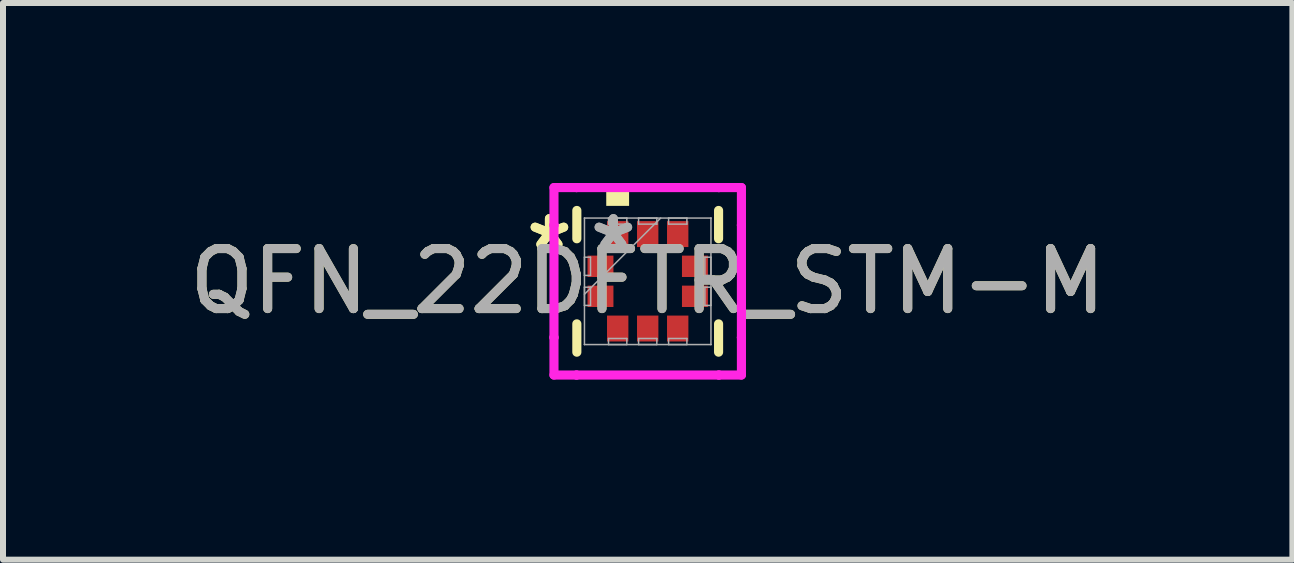
<source format=kicad_pcb>
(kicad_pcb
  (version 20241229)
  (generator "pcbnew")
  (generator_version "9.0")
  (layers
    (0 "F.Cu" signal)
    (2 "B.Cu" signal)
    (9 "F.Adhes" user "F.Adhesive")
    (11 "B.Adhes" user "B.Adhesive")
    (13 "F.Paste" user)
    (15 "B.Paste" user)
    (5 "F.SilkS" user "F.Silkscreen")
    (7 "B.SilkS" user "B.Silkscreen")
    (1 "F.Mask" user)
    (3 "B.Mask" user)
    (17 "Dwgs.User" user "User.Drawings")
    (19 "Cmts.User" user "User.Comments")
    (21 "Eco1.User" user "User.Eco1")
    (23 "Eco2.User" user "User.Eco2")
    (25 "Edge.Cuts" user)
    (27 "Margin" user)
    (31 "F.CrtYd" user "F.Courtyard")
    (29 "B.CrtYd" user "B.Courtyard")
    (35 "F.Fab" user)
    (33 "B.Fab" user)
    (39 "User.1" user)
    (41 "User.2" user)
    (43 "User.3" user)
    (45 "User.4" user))
  (footprint "QFN_22DFTR_STM-M"
    (layer "F.Cu")
    (at 7.744 1.638)
    (property "Reference" "QFN_22DFTR_STM-M" (at 0 0 0) (unlocked yes) (layer "F.SilkS") (effects (font (size 1 1) (thickness 0.15))))
    (attr smd)
    (fp_line (start -1.181 -1.181) (end -1.181 -0.709) (stroke (width 0.152) (type solid)) (layer "F.SilkS"))
    (fp_line (start -1.181 0.709) (end -1.181 1.181) (stroke (width 0.152) (type solid)) (layer "F.SilkS"))
    (fp_line (start 1.181 -0.709) (end 1.181 -1.181) (stroke (width 0.152) (type solid)) (layer "F.SilkS"))
    (fp_line (start 1.181 1.181) (end 1.181 0.709) (stroke (width 0.152) (type solid)) (layer "F.SilkS"))
    (fp_poly (pts (xy -0.691 -1.257) (xy -0.691 -1.511) (xy -0.31 -1.511) (xy -0.31 -1.257)) (stroke (width 0) (type solid)) (fill yes) (layer "F.SilkS"))
    (fp_line (start -1.562 -1.562) (end -1.186 -1.562) (stroke (width 0.152) (type solid)) (layer "F.CrtYd"))
    (fp_line (start -1.562 -0.936) (end -1.562 -1.562) (stroke (width 0.152) (type solid)) (layer "F.CrtYd"))
    (fp_line (start -1.562 -0.936) (end -1.562 -0.936) (stroke (width 0.152) (type solid)) (layer "F.CrtYd"))
    (fp_line (start -1.562 0.936) (end -1.562 -0.936) (stroke (width 0.152) (type solid)) (layer "F.CrtYd"))
    (fp_line (start -1.562 0.936) (end -1.562 0.936) (stroke (width 0.152) (type solid)) (layer "F.CrtYd"))
    (fp_line (start -1.562 1.562) (end -1.562 0.936) (stroke (width 0.152) (type solid)) (layer "F.CrtYd"))
    (fp_line (start -1.186 -1.562) (end -1.186 -1.562) (stroke (width 0.152) (type solid)) (layer "F.CrtYd"))
    (fp_line (start -1.186 -1.562) (end 1.186 -1.562) (stroke (width 0.152) (type solid)) (layer "F.CrtYd"))
    (fp_line (start -1.186 1.562) (end -1.562 1.562) (stroke (width 0.152) (type solid)) (layer "F.CrtYd"))
    (fp_line (start -1.186 1.562) (end -1.186 1.562) (stroke (width 0.152) (type solid)) (layer "F.CrtYd"))
    (fp_line (start 1.186 -1.562) (end 1.186 -1.562) (stroke (width 0.152) (type solid)) (layer "F.CrtYd"))
    (fp_line (start 1.186 -1.562) (end 1.562 -1.562) (stroke (width 0.152) (type solid)) (layer "F.CrtYd"))
    (fp_line (start 1.186 1.562) (end -1.186 1.562) (stroke (width 0.152) (type solid)) (layer "F.CrtYd"))
    (fp_line (start 1.186 1.562) (end 1.186 1.562) (stroke (width 0.152) (type solid)) (layer "F.CrtYd"))
    (fp_line (start 1.562 -1.562) (end 1.562 -0.936) (stroke (width 0.152) (type solid)) (layer "F.CrtYd"))
    (fp_line (start 1.562 -0.936) (end 1.562 -0.936) (stroke (width 0.152) (type solid)) (layer "F.CrtYd"))
    (fp_line (start 1.562 -0.936) (end 1.562 0.936) (stroke (width 0.152) (type solid)) (layer "F.CrtYd"))
    (fp_line (start 1.562 0.936) (end 1.562 0.936) (stroke (width 0.152) (type solid)) (layer "F.CrtYd"))
    (fp_line (start 1.562 0.936) (end 1.562 1.562) (stroke (width 0.152) (type solid)) (layer "F.CrtYd"))
    (fp_line (start 1.562 1.562) (end 1.186 1.562) (stroke (width 0.152) (type solid)) (layer "F.CrtYd"))
    (fp_line (start -1.054 -1.054) (end -1.054 -1.054) (stroke (width 0.025) (type solid)) (layer "F.Fab"))
    (fp_line (start -1.054 -1.054) (end -1.054 1.054) (stroke (width 0.025) (type solid)) (layer "F.Fab"))
    (fp_line (start -1.054 -0.402) (end -0.953 -0.402) (stroke (width 0.025) (type solid)) (layer "F.Fab"))
    (fp_line (start -1.054 -0.098) (end -1.054 -0.402) (stroke (width 0.025) (type solid)) (layer "F.Fab"))
    (fp_line (start -1.054 0.098) (end -0.953 0.098) (stroke (width 0.025) (type solid)) (layer "F.Fab"))
    (fp_line (start -1.054 0.216) (end 0.216 -1.054) (stroke (width 0.025) (type solid)) (layer "F.Fab"))
    (fp_line (start -1.054 0.402) (end -1.054 0.098) (stroke (width 0.025) (type solid)) (layer "F.Fab"))
    (fp_line (start -1.054 1.054) (end -1.054 1.054) (stroke (width 0.025) (type solid)) (layer "F.Fab"))
    (fp_line (start -1.054 1.054) (end 1.054 1.054) (stroke (width 0.025) (type solid)) (layer "F.Fab"))
    (fp_line (start -0.953 -0.402) (end -0.953 -0.098) (stroke (width 0.025) (type solid)) (layer "F.Fab"))
    (fp_line (start -0.953 -0.098) (end -1.054 -0.098) (stroke (width 0.025) (type solid)) (layer "F.Fab"))
    (fp_line (start -0.953 0.098) (end -0.953 0.402) (stroke (width 0.025) (type solid)) (layer "F.Fab"))
    (fp_line (start -0.953 0.402) (end -1.054 0.402) (stroke (width 0.025) (type solid)) (layer "F.Fab"))
    (fp_line (start -0.653 -1.054) (end -0.348 -1.054) (stroke (width 0.025) (type solid)) (layer "F.Fab"))
    (fp_line (start -0.653 -0.953) (end -0.653 -1.054) (stroke (width 0.025) (type solid)) (layer "F.Fab"))
    (fp_line (start -0.653 0.953) (end -0.348 0.953) (stroke (width 0.025) (type solid)) (layer "F.Fab"))
    (fp_line (start -0.653 1.054) (end -0.653 0.953) (stroke (width 0.025) (type solid)) (layer "F.Fab"))
    (fp_line (start -0.348 -1.054) (end -0.348 -0.953) (stroke (width 0.025) (type solid)) (layer "F.Fab"))
    (fp_line (start -0.348 -0.953) (end -0.653 -0.953) (stroke (width 0.025) (type solid)) (layer "F.Fab"))
    (fp_line (start -0.348 0.953) (end -0.348 1.054) (stroke (width 0.025) (type solid)) (layer "F.Fab"))
    (fp_line (start -0.348 1.054) (end -0.653 1.054) (stroke (width 0.025) (type solid)) (layer "F.Fab"))
    (fp_line (start -0.152 -1.054) (end 0.152 -1.054) (stroke (width 0.025) (type solid)) (layer "F.Fab"))
    (fp_line (start -0.152 -0.953) (end -0.152 -1.054) (stroke (width 0.025) (type solid)) (layer "F.Fab"))
    (fp_line (start -0.152 0.953) (end 0.152 0.953) (stroke (width 0.025) (type solid)) (layer "F.Fab"))
    (fp_line (start -0.152 1.054) (end -0.152 0.953) (stroke (width 0.025) (type solid)) (layer "F.Fab"))
    (fp_line (start 0.152 -1.054) (end 0.152 -0.953) (stroke (width 0.025) (type solid)) (layer "F.Fab"))
    (fp_line (start 0.152 -0.953) (end -0.152 -0.953) (stroke (width 0.025) (type solid)) (layer "F.Fab"))
    (fp_line (start 0.152 0.953) (end 0.152 1.054) (stroke (width 0.025) (type solid)) (layer "F.Fab"))
    (fp_line (start 0.152 1.054) (end -0.152 1.054) (stroke (width 0.025) (type solid)) (layer "F.Fab"))
    (fp_line (start 0.348 -1.054) (end 0.653 -1.054) (stroke (width 0.025) (type solid)) (layer "F.Fab"))
    (fp_line (start 0.348 -0.953) (end 0.348 -1.054) (stroke (width 0.025) (type solid)) (layer "F.Fab"))
    (fp_line (start 0.348 0.953) (end 0.653 0.953) (stroke (width 0.025) (type solid)) (layer "F.Fab"))
    (fp_line (start 0.348 1.054) (end 0.348 0.953) (stroke (width 0.025) (type solid)) (layer "F.Fab"))
    (fp_line (start 0.653 -1.054) (end 0.653 -0.953) (stroke (width 0.025) (type solid)) (layer "F.Fab"))
    (fp_line (start 0.653 -0.953) (end 0.348 -0.953) (stroke (width 0.025) (type solid)) (layer "F.Fab"))
    (fp_line (start 0.653 0.953) (end 0.653 1.054) (stroke (width 0.025) (type solid)) (layer "F.Fab"))
    (fp_line (start 0.653 1.054) (end 0.348 1.054) (stroke (width 0.025) (type solid)) (layer "F.Fab"))
    (fp_line (start 0.953 -0.402) (end 1.054 -0.402) (stroke (width 0.025) (type solid)) (layer "F.Fab"))
    (fp_line (start 0.953 -0.098) (end 0.953 -0.402) (stroke (width 0.025) (type solid)) (layer "F.Fab"))
    (fp_line (start 0.953 0.098) (end 1.054 0.098) (stroke (width 0.025) (type solid)) (layer "F.Fab"))
    (fp_line (start 0.953 0.402) (end 0.953 0.098) (stroke (width 0.025) (type solid)) (layer "F.Fab"))
    (fp_line (start 1.054 -1.054) (end -1.054 -1.054) (stroke (width 0.025) (type solid)) (layer "F.Fab"))
    (fp_line (start 1.054 -1.054) (end 1.054 -1.054) (stroke (width 0.025) (type solid)) (layer "F.Fab"))
    (fp_line (start 1.054 -0.402) (end 1.054 -0.098) (stroke (width 0.025) (type solid)) (layer "F.Fab"))
    (fp_line (start 1.054 -0.098) (end 0.953 -0.098) (stroke (width 0.025) (type solid)) (layer "F.Fab"))
    (fp_line (start 1.054 0.098) (end 1.054 0.402) (stroke (width 0.025) (type solid)) (layer "F.Fab"))
    (fp_line (start 1.054 0.402) (end 0.953 0.402) (stroke (width 0.025) (type solid)) (layer "F.Fab"))
    (fp_line (start 1.054 1.054) (end 1.054 -1.054) (stroke (width 0.025) (type solid)) (layer "F.Fab"))
    (fp_line (start 1.054 1.054) (end 1.054 1.054) (stroke (width 0.025) (type solid)) (layer "F.Fab"))
    (fp_text user "*" (at -1.638 -0.5 0) (layer "F.SilkS") (effects (font (size 1 1) (thickness 0.15))))
    (fp_text user "*" (at -1.638 -0.5 0) (unlocked yes) (layer "F.SilkS") (effects (font (size 1 1) (thickness 0.15))))
    (fp_text user "${REFERENCE}" (at 0 0 0) (unlocked yes) (layer "F.Fab") (effects (font (size 1 1) (thickness 0.15))))
    (fp_text user "*" (at -0.572 -0.5 0) (layer "F.Fab") (effects (font (size 1 1) (thickness 0.15))))
    (fp_text user "*" (at -0.572 -0.5 0) (unlocked yes) (layer "F.Fab") (effects (font (size 1 1) (thickness 0.15))))
    (pad "1" smd rect (at -0.787 -0.25 90) (size 0.356 0.432) (layers "F.Cu" "F.Mask" "F.Paste"))
    (pad "2" smd rect (at -0.787 0.25 90) (size 0.356 0.432) (layers "F.Cu" "F.Mask" "F.Paste"))
    (pad "3" smd rect (at -0.5 0.787) (size 0.356 0.432) (layers "F.Cu" "F.Mask" "F.Paste"))
    (pad "4" smd rect (at 0 0.787) (size 0.356 0.432) (layers "F.Cu" "F.Mask" "F.Paste"))
    (pad "5" smd rect (at 0.5 0.787) (size 0.356 0.432) (layers "F.Cu" "F.Mask" "F.Paste"))
    (pad "6" smd rect (at 0.787 0.25 90) (size 0.356 0.432) (layers "F.Cu" "F.Mask" "F.Paste"))
    (pad "7" smd rect (at 0.787 -0.25 90) (size 0.356 0.432) (layers "F.Cu" "F.Mask" "F.Paste"))
    (pad "8" smd rect (at 0.5 -0.787) (size 0.356 0.432) (layers "F.Cu" "F.Mask" "F.Paste"))
    (pad "9" smd rect (at 0 -0.787) (size 0.356 0.432) (layers "F.Cu" "F.Mask" "F.Paste"))
    (pad "10" smd rect (at -0.5 -0.787) (size 0.356 0.432) (layers "F.Cu" "F.Mask" "F.Paste")))
  (gr_rect
    (start -3 -3)
    (end 18.488 6.277)
    (stroke (width 0.1) (type default))
    (fill no)
    (layer "Edge.Cuts")))
</source>
